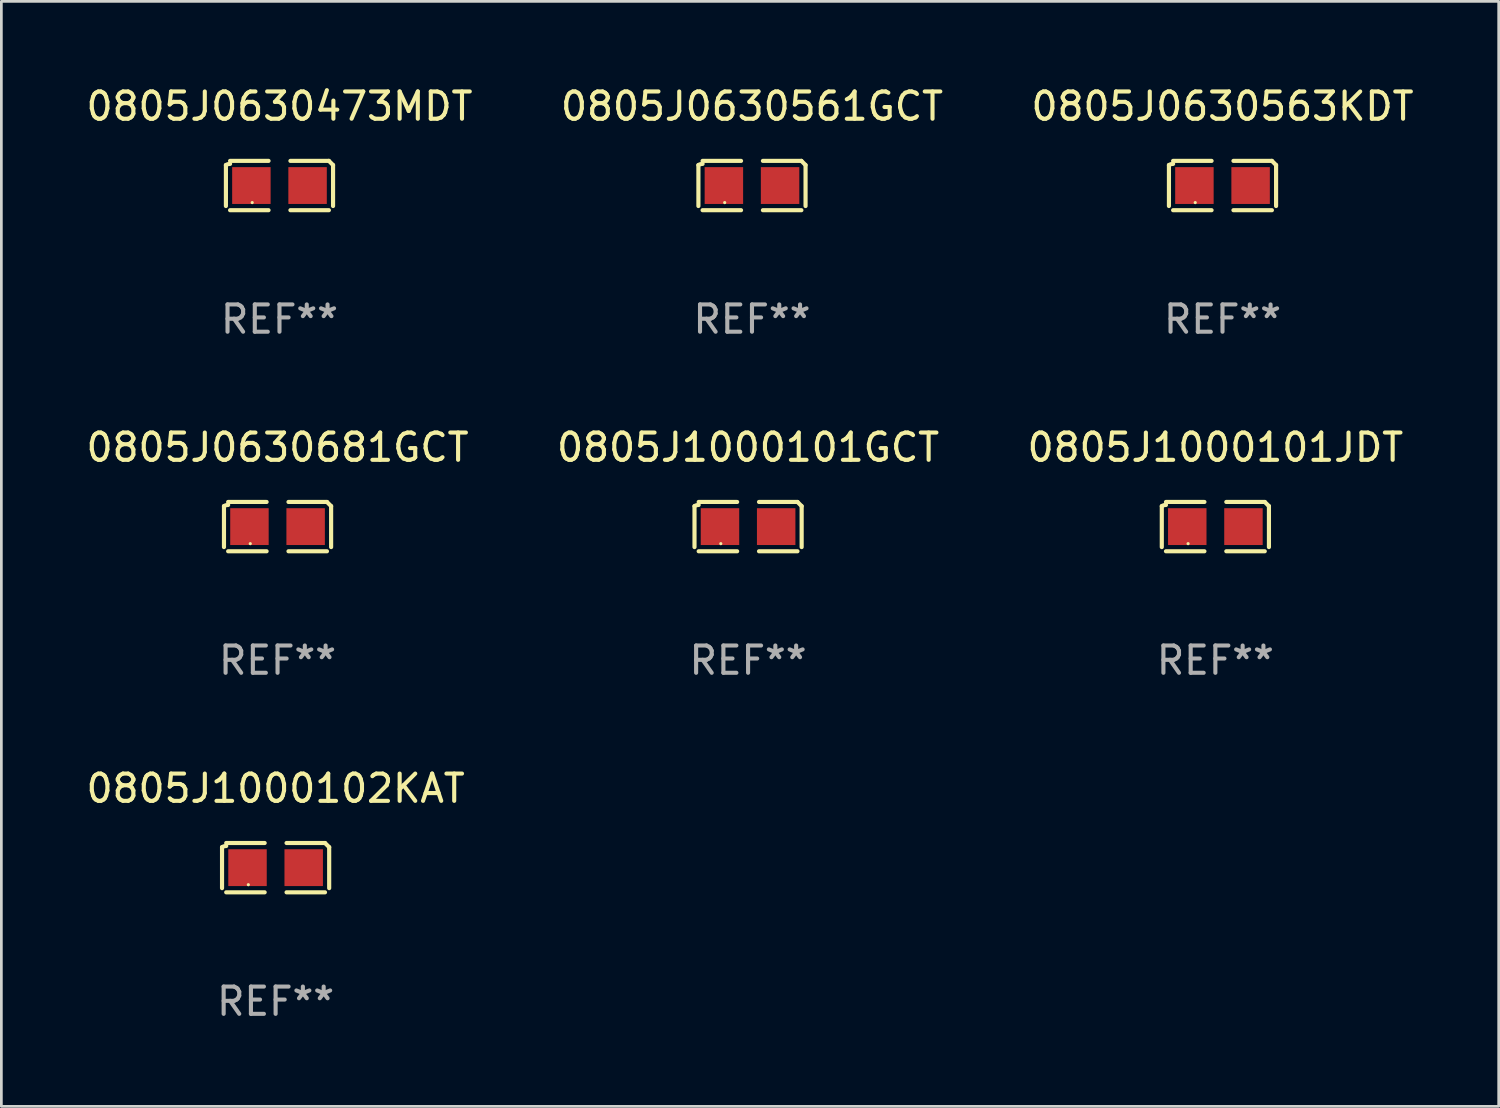
<source format=kicad_pcb>
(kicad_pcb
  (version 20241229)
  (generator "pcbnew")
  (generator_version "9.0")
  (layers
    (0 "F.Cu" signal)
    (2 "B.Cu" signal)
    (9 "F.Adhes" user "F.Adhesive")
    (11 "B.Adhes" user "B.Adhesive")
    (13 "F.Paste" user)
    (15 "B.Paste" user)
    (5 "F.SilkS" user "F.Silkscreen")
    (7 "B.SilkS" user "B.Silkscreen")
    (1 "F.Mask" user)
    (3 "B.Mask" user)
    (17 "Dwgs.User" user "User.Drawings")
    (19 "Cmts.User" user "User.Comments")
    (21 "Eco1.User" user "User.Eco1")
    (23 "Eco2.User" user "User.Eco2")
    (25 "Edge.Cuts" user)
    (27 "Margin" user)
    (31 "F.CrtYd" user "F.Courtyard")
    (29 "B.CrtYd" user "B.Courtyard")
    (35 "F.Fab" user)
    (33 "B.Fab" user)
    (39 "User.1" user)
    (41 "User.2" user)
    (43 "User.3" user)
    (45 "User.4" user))
  (footprint "0805J0630563KDT"
    (layer "F.Cu")
    (at 41.768 3.752)
    (property "Reference" "0805J0630563KDT" (at 0 -2.904 0) (layer "F.SilkS") (effects (font (size 1 1) (thickness 0.15))))
    (attr through_hole)
    (fp_line (start -1.964 0.751) (end -1.964 -0.751) (stroke (width 0.152) (type solid)) (layer "F.SilkS"))
    (fp_line (start -1.811 -0.904) (end -0.401 -0.904) (stroke (width 0.152) (type solid)) (layer "F.SilkS"))
    (fp_line (start -0.401 0.904) (end -1.811 0.904) (stroke (width 0.152) (type solid)) (layer "F.SilkS"))
    (fp_line (start 0.401 0.904) (end 1.811 0.904) (stroke (width 0.152) (type solid)) (layer "F.SilkS"))
    (fp_line (start 1.811 -0.904) (end 0.401 -0.904) (stroke (width 0.152) (type solid)) (layer "F.SilkS"))
    (fp_line (start 1.964 0.751) (end 1.964 -0.751) (stroke (width 0.152) (type solid)) (layer "F.SilkS"))
    (fp_arc (start -1.963602 -0.751207) (mid -1.890354 -0.783131) (end -1.811201 -0.794044) (stroke (width 0.1524) (type solid)) (layer "F.SilkS"))
    (fp_arc (start 1.811202 -0.903607) (mid 1.887413 -0.827418) (end 1.963602 -0.751207) (stroke (width 0.1524) (type solid)) (layer "F.SilkS"))
    (fp_circle (center -1 0.625) (end -0.97 0.625) (stroke (width 0.06) (type solid)) (fill no) (layer "F.SilkS"))
    (fp_text user "REF**" (at 0 4.904 0) (layer "F.Fab") (effects (font (size 1 1) (thickness 0.15))))
    (pad "1" smd rect (at -1.03 0) (size 1.41 1.35) (layers "F.Cu" "F.Mask" "F.Paste"))
    (pad "2" smd rect (at 1.03 0) (size 1.41 1.35) (layers "F.Cu" "F.Mask" "F.Paste")))
  (footprint "0805J0630561GCT"
    (layer "F.Cu")
    (at 24.518 3.752)
    (property "Reference" "0805J0630561GCT" (at 0 -2.904 0) (layer "F.SilkS") (effects (font (size 1 1) (thickness 0.15))))
    (attr through_hole)
    (fp_line (start -1.964 0.751) (end -1.964 -0.751) (stroke (width 0.152) (type solid)) (layer "F.SilkS"))
    (fp_line (start -1.811 -0.904) (end -0.401 -0.904) (stroke (width 0.152) (type solid)) (layer "F.SilkS"))
    (fp_line (start -0.401 0.904) (end -1.811 0.904) (stroke (width 0.152) (type solid)) (layer "F.SilkS"))
    (fp_line (start 0.401 0.904) (end 1.811 0.904) (stroke (width 0.152) (type solid)) (layer "F.SilkS"))
    (fp_line (start 1.811 -0.904) (end 0.401 -0.904) (stroke (width 0.152) (type solid)) (layer "F.SilkS"))
    (fp_line (start 1.964 0.751) (end 1.964 -0.751) (stroke (width 0.152) (type solid)) (layer "F.SilkS"))
    (fp_arc (start -1.963602 -0.751207) (mid -1.890354 -0.783131) (end -1.811201 -0.794044) (stroke (width 0.1524) (type solid)) (layer "F.SilkS"))
    (fp_arc (start 1.811202 -0.903607) (mid 1.887413 -0.827418) (end 1.963602 -0.751207) (stroke (width 0.1524) (type solid)) (layer "F.SilkS"))
    (fp_circle (center -1 0.625) (end -0.97 0.625) (stroke (width 0.06) (type solid)) (fill no) (layer "F.SilkS"))
    (fp_text user "REF**" (at 0 4.904 0) (layer "F.Fab") (effects (font (size 1 1) (thickness 0.15))))
    (pad "1" smd rect (at -1.03 0) (size 1.41 1.35) (layers "F.Cu" "F.Mask" "F.Paste"))
    (pad "2" smd rect (at 1.03 0) (size 1.41 1.35) (layers "F.Cu" "F.Mask" "F.Paste")))
  (footprint "0805J0630681GCT"
    (layer "F.Cu")
    (at 7.125 16.256)
    (property "Reference" "0805J0630681GCT" (at 0 -2.904 0) (layer "F.SilkS") (effects (font (size 1 1) (thickness 0.15))))
    (attr through_hole)
    (fp_line (start -1.964 0.751) (end -1.964 -0.751) (stroke (width 0.152) (type solid)) (layer "F.SilkS"))
    (fp_line (start -1.811 -0.904) (end -0.401 -0.904) (stroke (width 0.152) (type solid)) (layer "F.SilkS"))
    (fp_line (start -0.401 0.904) (end -1.811 0.904) (stroke (width 0.152) (type solid)) (layer "F.SilkS"))
    (fp_line (start 0.401 0.904) (end 1.811 0.904) (stroke (width 0.152) (type solid)) (layer "F.SilkS"))
    (fp_line (start 1.811 -0.904) (end 0.401 -0.904) (stroke (width 0.152) (type solid)) (layer "F.SilkS"))
    (fp_line (start 1.964 0.751) (end 1.964 -0.751) (stroke (width 0.152) (type solid)) (layer "F.SilkS"))
    (fp_arc (start -1.963602 -0.751207) (mid -1.890354 -0.783131) (end -1.811201 -0.794044) (stroke (width 0.1524) (type solid)) (layer "F.SilkS"))
    (fp_arc (start 1.811202 -0.903607) (mid 1.887413 -0.827418) (end 1.963602 -0.751207) (stroke (width 0.1524) (type solid)) (layer "F.SilkS"))
    (fp_circle (center -1 0.625) (end -0.97 0.625) (stroke (width 0.06) (type solid)) (fill no) (layer "F.SilkS"))
    (fp_text user "REF**" (at 0 4.904 0) (layer "F.Fab") (effects (font (size 1 1) (thickness 0.15))))
    (pad "1" smd rect (at -1.03 0) (size 1.41 1.35) (layers "F.Cu" "F.Mask" "F.Paste"))
    (pad "2" smd rect (at 1.03 0) (size 1.41 1.35) (layers "F.Cu" "F.Mask" "F.Paste")))
  (footprint "0805J1000101JDT"
    (layer "F.Cu")
    (at 41.506 16.256)
    (property "Reference" "0805J1000101JDT" (at 0 -2.904 0) (layer "F.SilkS") (effects (font (size 1 1) (thickness 0.15))))
    (attr through_hole)
    (fp_line (start -1.964 0.751) (end -1.964 -0.751) (stroke (width 0.152) (type solid)) (layer "F.SilkS"))
    (fp_line (start -1.811 -0.904) (end -0.401 -0.904) (stroke (width 0.152) (type solid)) (layer "F.SilkS"))
    (fp_line (start -0.401 0.904) (end -1.811 0.904) (stroke (width 0.152) (type solid)) (layer "F.SilkS"))
    (fp_line (start 0.401 0.904) (end 1.811 0.904) (stroke (width 0.152) (type solid)) (layer "F.SilkS"))
    (fp_line (start 1.811 -0.904) (end 0.401 -0.904) (stroke (width 0.152) (type solid)) (layer "F.SilkS"))
    (fp_line (start 1.964 0.751) (end 1.964 -0.751) (stroke (width 0.152) (type solid)) (layer "F.SilkS"))
    (fp_arc (start -1.963602 -0.751207) (mid -1.890354 -0.783131) (end -1.811201 -0.794044) (stroke (width 0.1524) (type solid)) (layer "F.SilkS"))
    (fp_arc (start 1.811202 -0.903607) (mid 1.887413 -0.827418) (end 1.963602 -0.751207) (stroke (width 0.1524) (type solid)) (layer "F.SilkS"))
    (fp_circle (center -1 0.625) (end -0.97 0.625) (stroke (width 0.06) (type solid)) (fill no) (layer "F.SilkS"))
    (fp_text user "REF**" (at 0 4.904 0) (layer "F.Fab") (effects (font (size 1 1) (thickness 0.15))))
    (pad "1" smd rect (at -1.03 0) (size 1.41 1.35) (layers "F.Cu" "F.Mask" "F.Paste"))
    (pad "2" smd rect (at 1.03 0) (size 1.41 1.35) (layers "F.Cu" "F.Mask" "F.Paste")))
  (footprint "0805J1000102KAT"
    (layer "F.Cu")
    (at 7.054 28.759)
    (property "Reference" "0805J1000102KAT" (at 0 -2.904 0) (layer "F.SilkS") (effects (font (size 1 1) (thickness 0.15))))
    (attr through_hole)
    (fp_line (start -1.964 0.751) (end -1.964 -0.751) (stroke (width 0.152) (type solid)) (layer "F.SilkS"))
    (fp_line (start -1.811 -0.904) (end -0.401 -0.904) (stroke (width 0.152) (type solid)) (layer "F.SilkS"))
    (fp_line (start -0.401 0.904) (end -1.811 0.904) (stroke (width 0.152) (type solid)) (layer "F.SilkS"))
    (fp_line (start 0.401 0.904) (end 1.811 0.904) (stroke (width 0.152) (type solid)) (layer "F.SilkS"))
    (fp_line (start 1.811 -0.904) (end 0.401 -0.904) (stroke (width 0.152) (type solid)) (layer "F.SilkS"))
    (fp_line (start 1.964 0.751) (end 1.964 -0.751) (stroke (width 0.152) (type solid)) (layer "F.SilkS"))
    (fp_arc (start -1.963602 -0.751207) (mid -1.890354 -0.783131) (end -1.811201 -0.794044) (stroke (width 0.1524) (type solid)) (layer "F.SilkS"))
    (fp_arc (start 1.811202 -0.903607) (mid 1.887413 -0.827418) (end 1.963602 -0.751207) (stroke (width 0.1524) (type solid)) (layer "F.SilkS"))
    (fp_circle (center -1 0.625) (end -0.97 0.625) (stroke (width 0.06) (type solid)) (fill no) (layer "F.SilkS"))
    (fp_text user "REF**" (at 0 4.904 0) (layer "F.Fab") (effects (font (size 1 1) (thickness 0.15))))
    (pad "1" smd rect (at -1.03 0) (size 1.41 1.35) (layers "F.Cu" "F.Mask" "F.Paste"))
    (pad "2" smd rect (at 1.03 0) (size 1.41 1.35) (layers "F.Cu" "F.Mask" "F.Paste")))
  (footprint "0805J1000101GCT"
    (layer "F.Cu")
    (at 24.375 16.256)
    (property "Reference" "0805J1000101GCT" (at 0 -2.904 0) (layer "F.SilkS") (effects (font (size 1 1) (thickness 0.15))))
    (attr through_hole)
    (fp_line (start -1.964 0.751) (end -1.964 -0.751) (stroke (width 0.152) (type solid)) (layer "F.SilkS"))
    (fp_line (start -1.811 -0.904) (end -0.401 -0.904) (stroke (width 0.152) (type solid)) (layer "F.SilkS"))
    (fp_line (start -0.401 0.904) (end -1.811 0.904) (stroke (width 0.152) (type solid)) (layer "F.SilkS"))
    (fp_line (start 0.401 0.904) (end 1.811 0.904) (stroke (width 0.152) (type solid)) (layer "F.SilkS"))
    (fp_line (start 1.811 -0.904) (end 0.401 -0.904) (stroke (width 0.152) (type solid)) (layer "F.SilkS"))
    (fp_line (start 1.964 0.751) (end 1.964 -0.751) (stroke (width 0.152) (type solid)) (layer "F.SilkS"))
    (fp_arc (start -1.963602 -0.751207) (mid -1.890354 -0.783131) (end -1.811201 -0.794044) (stroke (width 0.1524) (type solid)) (layer "F.SilkS"))
    (fp_arc (start 1.811202 -0.903607) (mid 1.887413 -0.827418) (end 1.963602 -0.751207) (stroke (width 0.1524) (type solid)) (layer "F.SilkS"))
    (fp_circle (center -1 0.625) (end -0.97 0.625) (stroke (width 0.06) (type solid)) (fill no) (layer "F.SilkS"))
    (fp_text user "REF**" (at 0 4.904 0) (layer "F.Fab") (effects (font (size 1 1) (thickness 0.15))))
    (pad "1" smd rect (at -1.03 0) (size 1.41 1.35) (layers "F.Cu" "F.Mask" "F.Paste"))
    (pad "2" smd rect (at 1.03 0) (size 1.41 1.35) (layers "F.Cu" "F.Mask" "F.Paste")))
  (footprint "0805J0630473MDT"
    (layer "F.Cu")
    (at 7.196 3.752)
    (property "Reference" "0805J0630473MDT" (at 0 -2.904 0) (layer "F.SilkS") (effects (font (size 1 1) (thickness 0.15))))
    (attr through_hole)
    (fp_line (start -1.964 0.751) (end -1.964 -0.751) (stroke (width 0.152) (type solid)) (layer "F.SilkS"))
    (fp_line (start -1.811 -0.904) (end -0.401 -0.904) (stroke (width 0.152) (type solid)) (layer "F.SilkS"))
    (fp_line (start -0.401 0.904) (end -1.811 0.904) (stroke (width 0.152) (type solid)) (layer "F.SilkS"))
    (fp_line (start 0.401 0.904) (end 1.811 0.904) (stroke (width 0.152) (type solid)) (layer "F.SilkS"))
    (fp_line (start 1.811 -0.904) (end 0.401 -0.904) (stroke (width 0.152) (type solid)) (layer "F.SilkS"))
    (fp_line (start 1.964 0.751) (end 1.964 -0.751) (stroke (width 0.152) (type solid)) (layer "F.SilkS"))
    (fp_arc (start -1.963602 -0.751207) (mid -1.890354 -0.783131) (end -1.811201 -0.794044) (stroke (width 0.1524) (type solid)) (layer "F.SilkS"))
    (fp_arc (start 1.811202 -0.903607) (mid 1.887413 -0.827418) (end 1.963602 -0.751207) (stroke (width 0.1524) (type solid)) (layer "F.SilkS"))
    (fp_circle (center -1 0.625) (end -0.97 0.625) (stroke (width 0.06) (type solid)) (fill no) (layer "F.SilkS"))
    (fp_text user "REF**" (at 0 4.904 0) (layer "F.Fab") (effects (font (size 1 1) (thickness 0.15))))
    (pad "1" smd rect (at -1.03 0) (size 1.41 1.35) (layers "F.Cu" "F.Mask" "F.Paste"))
    (pad "2" smd rect (at 1.03 0) (size 1.41 1.35) (layers "F.Cu" "F.Mask" "F.Paste")))
  (gr_rect
    (start -3 -3)
    (end 51.893 37.511)
    (stroke (width 0.1) (type default))
    (fill no)
    (layer "Edge.Cuts")))
</source>
